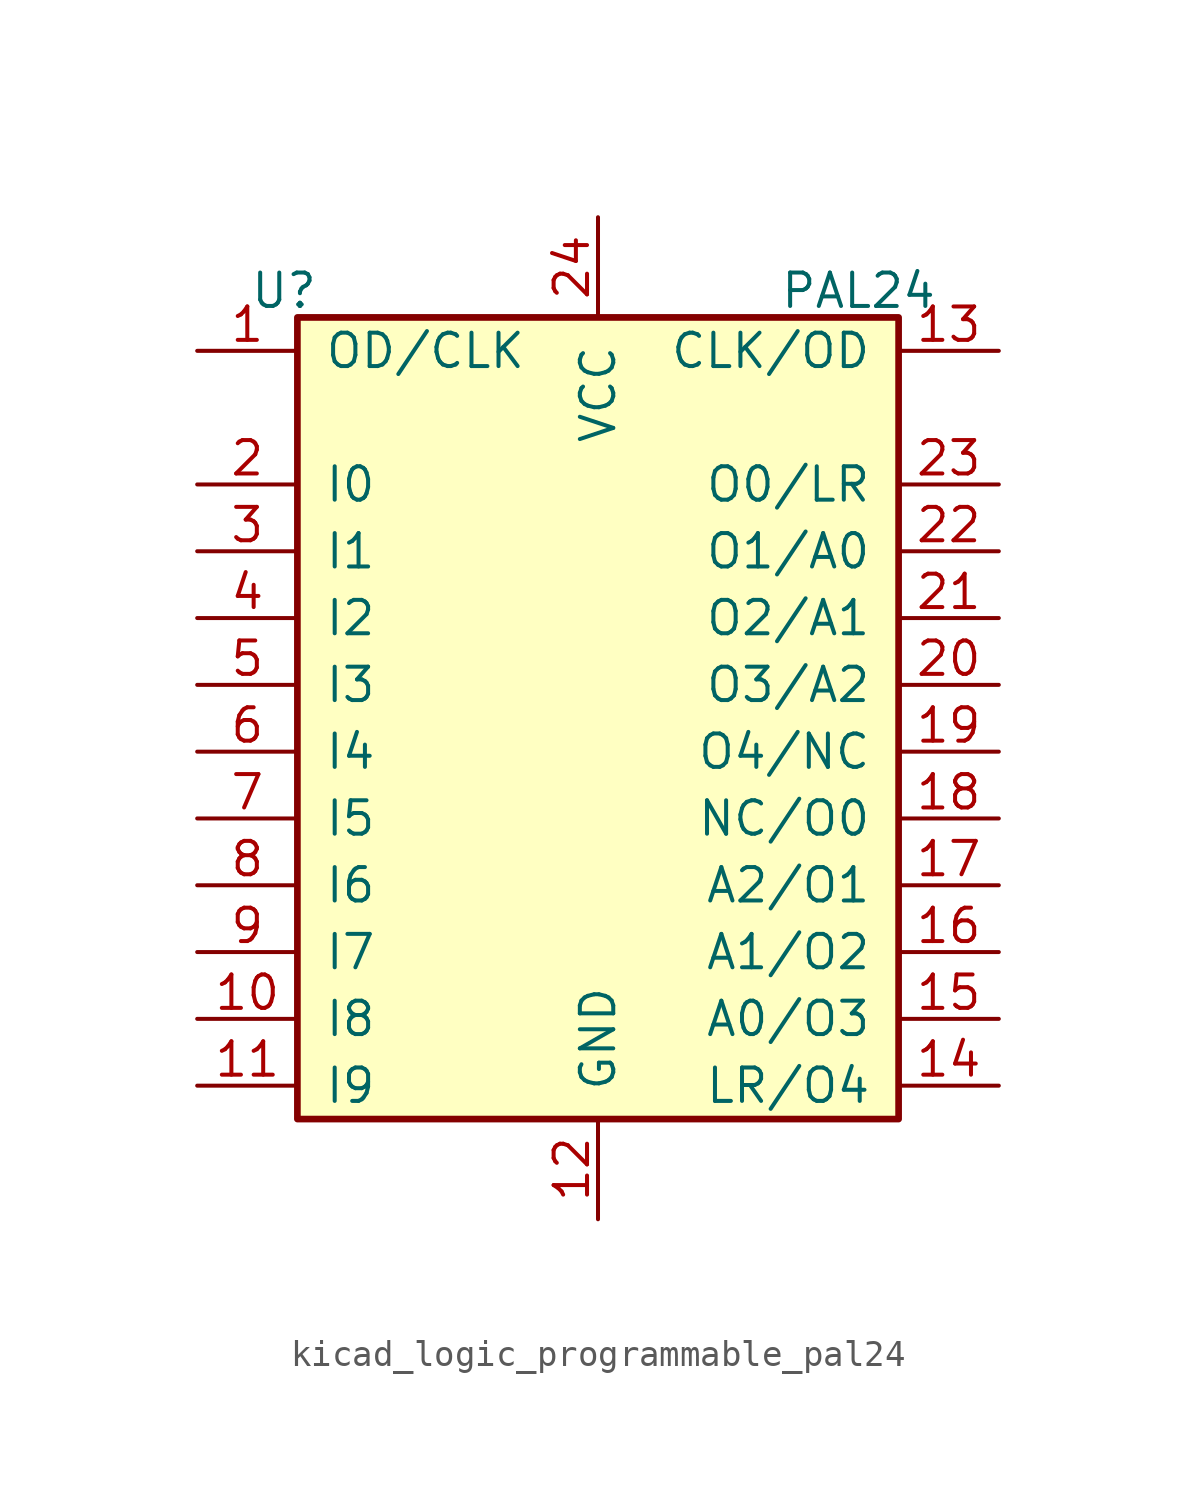
<source format=kicad_sym>
(kicad_symbol_lib
  (version 20220914)
  (generator kicad_symbol_editor)
  (symbol "kicad_logic_programmable_pal24"
    (pin_names
      (offset 1.016))
    (property "Reference" "U"
      (at -11.938 17.526 0)
      (effects (font (size 1.27 1.27))))
    (property "Value" "PAL24"
      (at 9.906 17.526 0)
      (effects (font (size 1.27 1.27))))
    (symbol "kicad_logic_programmable_pal24_0_1"
      (rectangle (start -11.43 -13.97) (end 11.43 16.51) (stroke (width 0.254) (type default)) (fill (type background))))
    (symbol "kicad_logic_programmable_pal24_1_1"
      (pin passive line (at -15.24 15.24 0) (length 3.81) (name "OD/CLK" (effects (font (size 1.27 1.27)))) (number "1" (effects (font (size 1.27 1.27)))))
      (pin passive line (at -15.24 -10.16 0) (length 3.81) (name "I8" (effects (font (size 1.27 1.27)))) (number "10" (effects (font (size 1.27 1.27)))))
      (pin passive line (at -15.24 -12.7 0) (length 3.81) (name "I9" (effects (font (size 1.27 1.27)))) (number "11" (effects (font (size 1.27 1.27)))))
      (pin passive line (at 0 -17.78 90) (length 3.81) (name "GND" (effects (font (size 1.27 1.27)))) (number "12" (effects (font (size 1.27 1.27)))))
      (pin passive line (at 15.24 15.24 180) (length 3.81) (name "CLK/OD" (effects (font (size 1.27 1.27)))) (number "13" (effects (font (size 1.27 1.27)))))
      (pin passive line (at 15.24 -12.7 180) (length 3.81) (name "LR/O4" (effects (font (size 1.27 1.27)))) (number "14" (effects (font (size 1.27 1.27)))))
      (pin passive line (at 15.24 -10.16 180) (length 3.81) (name "A0/O3" (effects (font (size 1.27 1.27)))) (number "15" (effects (font (size 1.27 1.27)))))
      (pin passive line (at 15.24 -7.62 180) (length 3.81) (name "A1/O2" (effects (font (size 1.27 1.27)))) (number "16" (effects (font (size 1.27 1.27)))))
      (pin passive line (at 15.24 -5.08 180) (length 3.81) (name "A2/O1" (effects (font (size 1.27 1.27)))) (number "17" (effects (font (size 1.27 1.27)))))
      (pin passive line (at 15.24 -2.54 180) (length 3.81) (name "NC/O0" (effects (font (size 1.27 1.27)))) (number "18" (effects (font (size 1.27 1.27)))))
      (pin passive line (at 15.24 0 180) (length 3.81) (name "O4/NC" (effects (font (size 1.27 1.27)))) (number "19" (effects (font (size 1.27 1.27)))))
      (pin passive line (at -15.24 10.16 0) (length 3.81) (name "I0" (effects (font (size 1.27 1.27)))) (number "2" (effects (font (size 1.27 1.27)))))
      (pin passive line (at 15.24 2.54 180) (length 3.81) (name "O3/A2" (effects (font (size 1.27 1.27)))) (number "20" (effects (font (size 1.27 1.27)))))
      (pin passive line (at 15.24 5.08 180) (length 3.81) (name "O2/A1" (effects (font (size 1.27 1.27)))) (number "21" (effects (font (size 1.27 1.27)))))
      (pin passive line (at 15.24 7.62 180) (length 3.81) (name "O1/A0" (effects (font (size 1.27 1.27)))) (number "22" (effects (font (size 1.27 1.27)))))
      (pin passive line (at 15.24 10.16 180) (length 3.81) (name "O0/LR" (effects (font (size 1.27 1.27)))) (number "23" (effects (font (size 1.27 1.27)))))
      (pin passive line (at 0 20.32 270) (length 3.81) (name "VCC" (effects (font (size 1.27 1.27)))) (number "24" (effects (font (size 1.27 1.27)))))
      (pin passive line (at -15.24 7.62 0) (length 3.81) (name "I1" (effects (font (size 1.27 1.27)))) (number "3" (effects (font (size 1.27 1.27)))))
      (pin passive line (at -15.24 5.08 0) (length 3.81) (name "I2" (effects (font (size 1.27 1.27)))) (number "4" (effects (font (size 1.27 1.27)))))
      (pin passive line (at -15.24 2.54 0) (length 3.81) (name "I3" (effects (font (size 1.27 1.27)))) (number "5" (effects (font (size 1.27 1.27)))))
      (pin passive line (at -15.24 0 0) (length 3.81) (name "I4" (effects (font (size 1.27 1.27)))) (number "6" (effects (font (size 1.27 1.27)))))
      (pin passive line (at -15.24 -2.54 0) (length 3.81) (name "I5" (effects (font (size 1.27 1.27)))) (number "7" (effects (font (size 1.27 1.27)))))
      (pin passive line (at -15.24 -5.08 0) (length 3.81) (name "I6" (effects (font (size 1.27 1.27)))) (number "8" (effects (font (size 1.27 1.27)))))
      (pin passive line (at -15.24 -7.62 0) (length 3.81) (name "I7" (effects (font (size 1.27 1.27)))) (number "9" (effects (font (size 1.27 1.27))))))))
</source>
